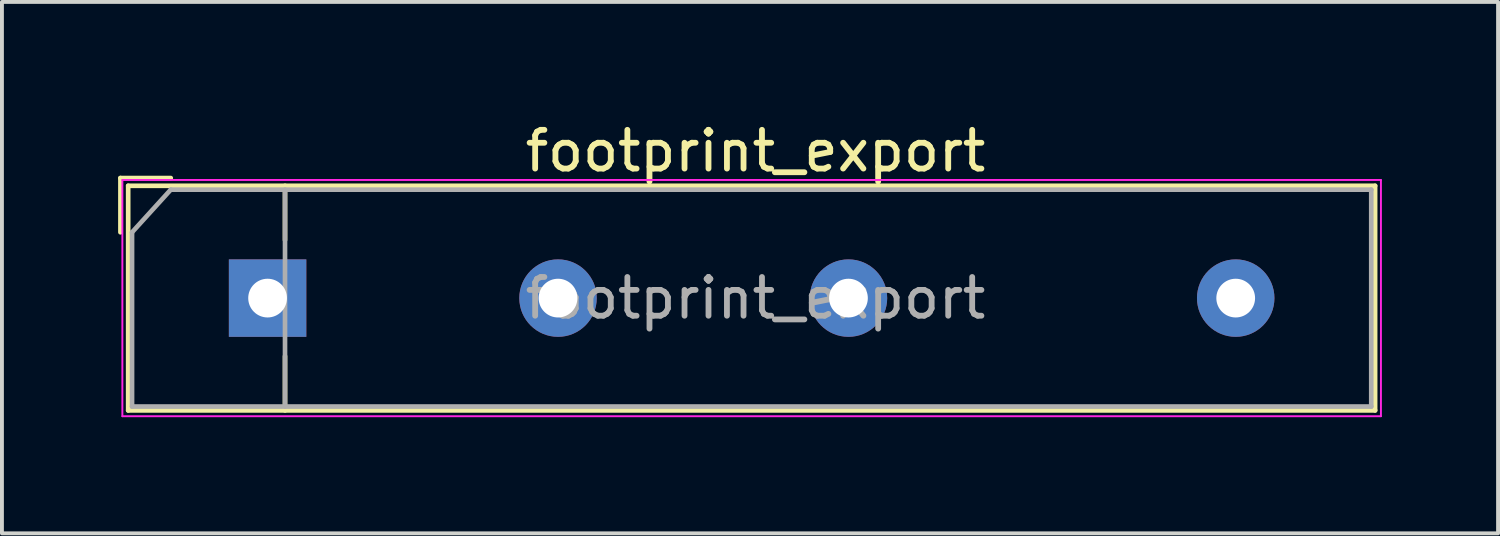
<source format=kicad_pcb>
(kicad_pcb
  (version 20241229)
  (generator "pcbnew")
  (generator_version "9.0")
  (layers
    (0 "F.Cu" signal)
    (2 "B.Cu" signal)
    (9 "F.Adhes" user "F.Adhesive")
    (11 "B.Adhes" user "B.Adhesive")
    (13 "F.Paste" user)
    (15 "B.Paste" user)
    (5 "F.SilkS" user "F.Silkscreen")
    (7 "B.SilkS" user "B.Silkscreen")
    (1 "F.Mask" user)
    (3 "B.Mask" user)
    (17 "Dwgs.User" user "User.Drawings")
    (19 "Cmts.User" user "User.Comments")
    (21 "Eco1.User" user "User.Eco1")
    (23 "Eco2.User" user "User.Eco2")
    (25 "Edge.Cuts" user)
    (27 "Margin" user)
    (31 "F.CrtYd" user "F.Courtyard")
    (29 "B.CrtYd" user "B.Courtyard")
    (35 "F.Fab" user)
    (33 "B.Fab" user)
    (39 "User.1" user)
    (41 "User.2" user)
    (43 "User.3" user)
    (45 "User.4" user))
  (footprint "footprint_export"
    (layer "F.Cu")
    (at 3.86 4.648)
    (property "Reference" "footprint_export" (at 12.6 -3.8 180) (layer "F.SilkS") (effects (font (size 1 1) (thickness 0.15))))
    (attr through_hole)
    (fp_line (start -3.8 -3.1) (end -2.5 -3.1) (stroke (width 0.12) (type solid)) (layer "F.SilkS"))
    (fp_line (start -3.8 -1.7) (end -3.8 -3.1) (stroke (width 0.12) (type solid)) (layer "F.SilkS"))
    (fp_line (start -3.6 -2.9) (end 28.6 -2.9) (stroke (width 0.12) (type solid)) (layer "F.SilkS"))
    (fp_line (start -3.6 2.9) (end -3.6 -2.9) (stroke (width 0.12) (type solid)) (layer "F.SilkS"))
    (fp_line (start 0.45 -2.9) (end 0.45 -1.5) (stroke (width 0.12) (type solid)) (layer "F.SilkS"))
    (fp_line (start 0.45 2.9) (end 0.45 1.5) (stroke (width 0.12) (type solid)) (layer "F.SilkS"))
    (fp_line (start 28.6 -2.9) (end 28.6 2.9) (stroke (width 0.12) (type solid)) (layer "F.SilkS"))
    (fp_line (start 28.6 2.9) (end -3.6 2.9) (stroke (width 0.12) (type solid)) (layer "F.SilkS"))
    (fp_line (start -3.75 -3.05) (end 28.75 -3.05) (stroke (width 0.05) (type solid)) (layer "F.CrtYd"))
    (fp_line (start -3.75 3.05) (end -3.75 -3.05) (stroke (width 0.05) (type solid)) (layer "F.CrtYd"))
    (fp_line (start 28.75 -3.05) (end 28.75 3.05) (stroke (width 0.05) (type solid)) (layer "F.CrtYd"))
    (fp_line (start 28.75 3.05) (end -3.75 3.05) (stroke (width 0.05) (type solid)) (layer "F.CrtYd"))
    (fp_line (start -3.5 -1.7) (end -3.5 2.8) (stroke (width 0.12) (type solid)) (layer "F.Fab"))
    (fp_line (start -3.5 2.8) (end 28.5 2.8) (stroke (width 0.12) (type solid)) (layer "F.Fab"))
    (fp_line (start -2.5 -2.8) (end -3.5 -1.7) (stroke (width 0.12) (type solid)) (layer "F.Fab"))
    (fp_line (start 0.45 -2.8) (end 0.45 2.8) (stroke (width 0.12) (type solid)) (layer "F.Fab"))
    (fp_line (start 28.5 -2.8) (end -2.5 -2.8) (stroke (width 0.12) (type solid)) (layer "F.Fab"))
    (fp_line (start 28.5 2.8) (end 28.5 -2.8) (stroke (width 0.12) (type solid)) (layer "F.Fab"))
    (fp_text user "${REFERENCE}" (at 12.6 0 180) (layer "F.Fab") (effects (font (size 1 1) (thickness 0.15))))
    (pad "1" thru_hole rect (at 0 0) (size 2 2) (drill 1) (layers "*.Cu" "*.Mask"))
    (pad "2" thru_hole circle (at 7.5 0) (size 2 2) (drill 1) (layers "*.Cu" "*.Mask"))
    (pad "3" thru_hole circle (at 15 0) (size 2 2) (drill 1) (layers "*.Cu" "*.Mask"))
    (pad "4" thru_hole circle (at 25 0) (size 2 2) (drill 1) (layers "*.Cu" "*.Mask")))
  (gr_rect
    (start -3 -3)
    (end 35.635 10.723)
    (stroke (width 0.1) (type default))
    (fill no)
    (layer "Edge.Cuts")))
</source>
